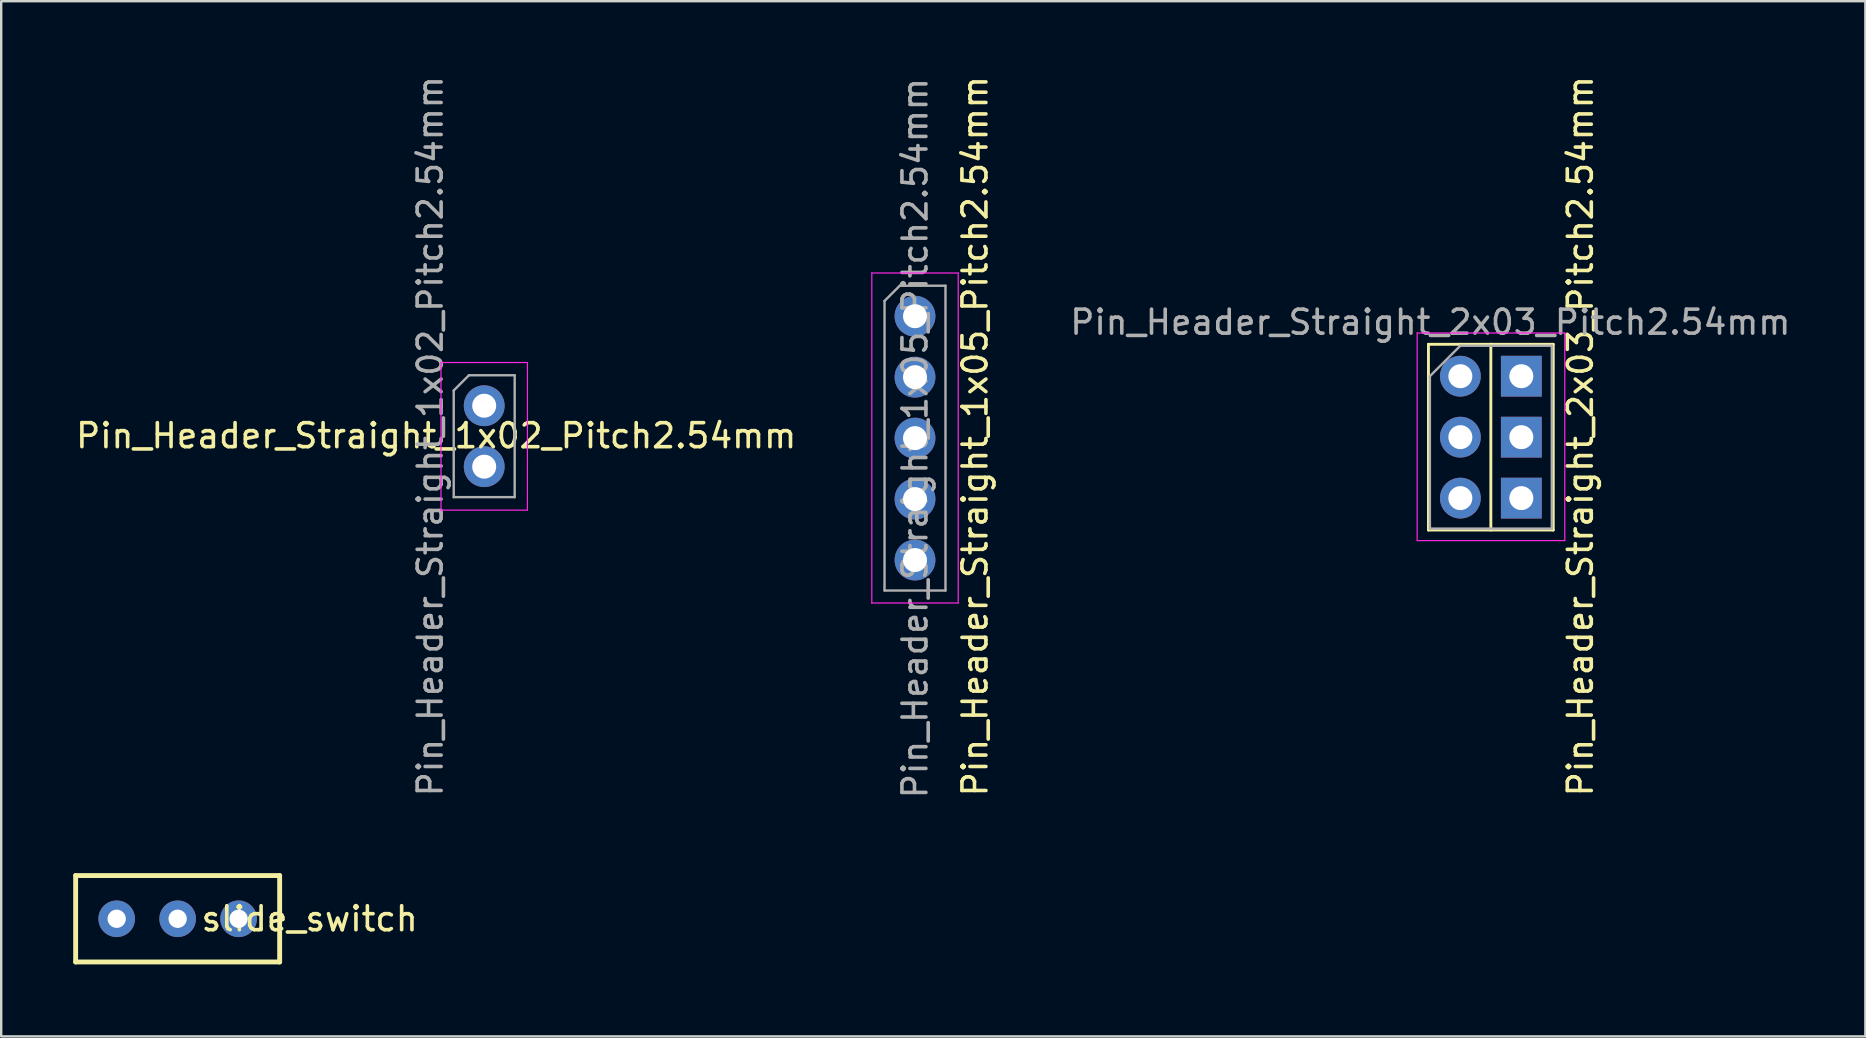
<source format=kicad_pcb>
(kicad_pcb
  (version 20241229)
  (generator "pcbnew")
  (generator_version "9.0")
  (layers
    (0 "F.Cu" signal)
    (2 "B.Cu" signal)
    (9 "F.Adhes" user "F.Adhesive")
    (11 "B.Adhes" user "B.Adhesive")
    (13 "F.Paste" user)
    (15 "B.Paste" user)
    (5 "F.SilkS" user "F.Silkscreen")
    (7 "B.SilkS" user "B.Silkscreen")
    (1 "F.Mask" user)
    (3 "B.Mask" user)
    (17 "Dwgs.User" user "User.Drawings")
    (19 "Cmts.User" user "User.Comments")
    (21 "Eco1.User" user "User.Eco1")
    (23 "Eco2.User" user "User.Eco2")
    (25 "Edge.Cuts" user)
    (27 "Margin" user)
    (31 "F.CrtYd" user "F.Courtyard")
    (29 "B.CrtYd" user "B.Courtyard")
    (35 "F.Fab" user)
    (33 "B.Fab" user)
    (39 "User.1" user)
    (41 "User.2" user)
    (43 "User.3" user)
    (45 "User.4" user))
  (footprint "slide_switch"
    (layer "F.Cu")
    (at 4.352 35.232)
    (property "Reference" "slide_switch" (at 5.5 0 0) (layer "F.SilkS") (effects (font (size 1 1) (thickness 0.15))))
    (attr through_hole)
    (fp_line (start -4.25 -1.8) (end -4.25 1.8) (stroke (width 0.203) (type solid)) (layer "F.SilkS"))
    (fp_line (start -4.25 -1.8) (end 4.25 -1.8) (stroke (width 0.203) (type solid)) (layer "F.SilkS"))
    (fp_line (start -4.25 1.8) (end 4.25 1.8) (stroke (width 0.203) (type solid)) (layer "F.SilkS"))
    (fp_line (start 4.25 -1.8) (end 4.25 1.8) (stroke (width 0.203) (type solid)) (layer "F.SilkS"))
    (pad "1" thru_hole circle (at -2.54 0) (size 1.524 1.524) (drill 0.762) (layers "*.Cu" "*.Mask"))
    (pad "2" thru_hole circle (at 0 0) (size 1.524 1.524) (drill 0.762) (layers "*.Cu" "*.Mask"))
    (pad "3" thru_hole circle (at 2.54 0) (size 1.524 1.524) (drill 0.762) (layers "*.Cu" "*.Mask")))
  (footprint "Pin_Header_Straight_2x03_Pitch2.54mm"
    (layer "F.Cu")
    (at 57.798 12.625)
    (property "Reference" "Pin_Header_Straight_2x03_Pitch2.54mm" (at 5 2.5 270) (layer "F.SilkS") (effects (font (size 1 1) (thickness 0.15))))
    (attr through_hole)
    (fp_line (start -1.33 -1.33) (end 0 -1.33) (stroke (width 0.12) (type solid)) (layer "F.SilkS"))
    (fp_line (start -1.33 0) (end -1.33 -1.33) (stroke (width 0.12) (type solid)) (layer "F.SilkS"))
    (fp_line (start -1.33 1.27) (end -1.33 6.41) (stroke (width 0.12) (type solid)) (layer "F.SilkS"))
    (fp_line (start -1.33 1.31) (end -1.33 -0.02) (stroke (width 0.12) (type solid)) (layer "F.SilkS"))
    (fp_line (start -1.33 6.41) (end 3.87 6.41) (stroke (width 0.12) (type solid)) (layer "F.SilkS"))
    (fp_line (start -0.02 -1.33) (end 1.31 -1.33) (stroke (width 0.12) (type solid)) (layer "F.SilkS"))
    (fp_line (start 1.27 -1.33) (end 1.27 6.41) (stroke (width 0.12) (type solid)) (layer "F.SilkS"))
    (fp_line (start 1.27 -1.33) (end 3.87 -1.33) (stroke (width 0.12) (type solid)) (layer "F.SilkS"))
    (fp_line (start 3.87 -1.33) (end 3.87 6.41) (stroke (width 0.12) (type solid)) (layer "F.SilkS"))
    (fp_line (start -1.8 -1.8) (end -1.8 6.85) (stroke (width 0.05) (type solid)) (layer "F.CrtYd"))
    (fp_line (start -1.8 6.85) (end 4.35 6.85) (stroke (width 0.05) (type solid)) (layer "F.CrtYd"))
    (fp_line (start 4.35 -1.8) (end -1.8 -1.8) (stroke (width 0.05) (type solid)) (layer "F.CrtYd"))
    (fp_line (start 4.35 6.85) (end 4.35 -1.8) (stroke (width 0.05) (type solid)) (layer "F.CrtYd"))
    (fp_line (start -1.27 0) (end 0 -1.27) (stroke (width 0.1) (type solid)) (layer "F.Fab"))
    (fp_line (start -1.27 6.35) (end -1.27 0) (stroke (width 0.1) (type solid)) (layer "F.Fab"))
    (fp_line (start 0 -1.27) (end 3.81 -1.27) (stroke (width 0.1) (type solid)) (layer "F.Fab"))
    (fp_line (start 3.81 -1.27) (end 3.81 6.35) (stroke (width 0.1) (type solid)) (layer "F.Fab"))
    (fp_line (start 3.81 6.35) (end -1.27 6.35) (stroke (width 0.1) (type solid)) (layer "F.Fab"))
    (fp_text user "${REFERENCE}" (at -1.25 -2.25 180) (layer "F.Fab") (effects (font (size 1 1) (thickness 0.15))))
    (pad "1" thru_hole circle (at 0 0) (size 1.7 1.7) (drill 1) (layers "*.Cu" "*.Mask"))
    (pad "2" thru_hole rect (at 2.54 0) (size 1.7 1.7) (drill 1) (layers "*.Cu" "*.Mask"))
    (pad "3" thru_hole circle (at 0 2.54) (size 1.7 1.7) (drill 1) (layers "*.Cu" "*.Mask"))
    (pad "4" thru_hole rect (at 2.54 2.54) (size 1.7 1.7) (drill 1) (layers "*.Cu" "*.Mask"))
    (pad "5" thru_hole circle (at 0 5.08) (size 1.7 1.7) (drill 1) (layers "*.Cu" "*.Mask"))
    (pad "6" thru_hole rect (at 2.54 5.08) (size 1.7 1.7) (drill 1) (layers "*.Cu" "*.Mask")))
  (footprint "Pin_Header_Straight_1x02_Pitch2.54mm"
    (layer "F.Cu")
    (at 17.125 13.855)
    (property "Reference" "Pin_Header_Straight_1x02_Pitch2.54mm" (at -2 1.25 180) (layer "F.SilkS") (effects (font (size 1 1) (thickness 0.15))))
    (attr through_hole)
    (fp_line (start -1.801 -1.798) (end -1.8 4.35) (stroke (width 0.05) (type solid)) (layer "F.CrtYd"))
    (fp_line (start -1.8 4.35) (end 1.8 4.35) (stroke (width 0.05) (type solid)) (layer "F.CrtYd"))
    (fp_line (start 1.8 -1.8) (end -1.8 -1.8) (stroke (width 0.05) (type solid)) (layer "F.CrtYd"))
    (fp_line (start 1.8 4.35) (end 1.801 -1.798) (stroke (width 0.05) (type solid)) (layer "F.CrtYd"))
    (fp_line (start -1.27 -0.635) (end -0.635 -1.27) (stroke (width 0.1) (type solid)) (layer "F.Fab"))
    (fp_line (start -1.27 3.81) (end -1.27 -0.635) (stroke (width 0.1) (type solid)) (layer "F.Fab"))
    (fp_line (start -0.635 -1.27) (end 1.27 -1.27) (stroke (width 0.1) (type solid)) (layer "F.Fab"))
    (fp_line (start 1.27 -1.27) (end 1.27 3.81) (stroke (width 0.1) (type solid)) (layer "F.Fab"))
    (fp_line (start 1.27 3.81) (end -1.27 3.81) (stroke (width 0.1) (type solid)) (layer "F.Fab"))
    (fp_text user "${REFERENCE}" (at -2.25 1.27 90) (layer "F.Fab") (effects (font (size 1 1) (thickness 0.15))))
    (pad "1" thru_hole circle (at 0 0) (size 1.7 1.7) (drill 1) (layers "*.Cu" "*.Mask"))
    (pad "2" thru_hole oval (at 0 2.54) (size 1.7 1.7) (drill 1) (layers "*.Cu" "*.Mask")))
  (footprint "Pin_Header_Straight_1x05_Pitch2.54mm"
    (layer "F.Cu")
    (at 35.075 10.125)
    (property "Reference" "Pin_Header_Straight_1x05_Pitch2.54mm" (at 2.5 5 90) (layer "F.SilkS") (effects (font (size 1 1) (thickness 0.15))))
    (attr through_hole)
    (fp_line (start -1.8 -1.8) (end -1.8 11.95) (stroke (width 0.05) (type solid)) (layer "F.CrtYd"))
    (fp_line (start -1.8 11.95) (end 1.8 11.95) (stroke (width 0.05) (type solid)) (layer "F.CrtYd"))
    (fp_line (start 1.8 -1.8) (end -1.8 -1.8) (stroke (width 0.05) (type solid)) (layer "F.CrtYd"))
    (fp_line (start 1.8 11.95) (end 1.8 -1.8) (stroke (width 0.05) (type solid)) (layer "F.CrtYd"))
    (fp_line (start -1.27 -0.635) (end -0.635 -1.27) (stroke (width 0.1) (type solid)) (layer "F.Fab"))
    (fp_line (start -1.27 11.43) (end -1.27 -0.635) (stroke (width 0.1) (type solid)) (layer "F.Fab"))
    (fp_line (start -0.635 -1.27) (end 1.27 -1.27) (stroke (width 0.1) (type solid)) (layer "F.Fab"))
    (fp_line (start 1.27 -1.27) (end 1.27 11.43) (stroke (width 0.1) (type solid)) (layer "F.Fab"))
    (fp_line (start 1.27 11.43) (end -1.27 11.43) (stroke (width 0.1) (type solid)) (layer "F.Fab"))
    (fp_text user "${REFERENCE}" (at 0 5.08 90) (layer "F.Fab") (effects (font (size 1 1) (thickness 0.15))))
    (pad "1" thru_hole circle (at 0 0) (size 1.7 1.7) (drill 1) (layers "*.Cu" "*.Mask"))
    (pad "2" thru_hole oval (at 0 2.54) (size 1.7 1.7) (drill 1) (layers "*.Cu" "*.Mask"))
    (pad "3" thru_hole oval (at 0 5.08) (size 1.7 1.7) (drill 1) (layers "*.Cu" "*.Mask"))
    (pad "4" thru_hole oval (at 0 7.62) (size 1.7 1.7) (drill 1) (layers "*.Cu" "*.Mask"))
    (pad "5" thru_hole oval (at 0 10.16) (size 1.7 1.7) (drill 1) (layers "*.Cu" "*.Mask")))
  (gr_rect
    (start -3 -3)
    (end 74.673 40.133)
    (stroke (width 0.1) (type default))
    (fill no)
    (layer "Edge.Cuts")))
</source>
